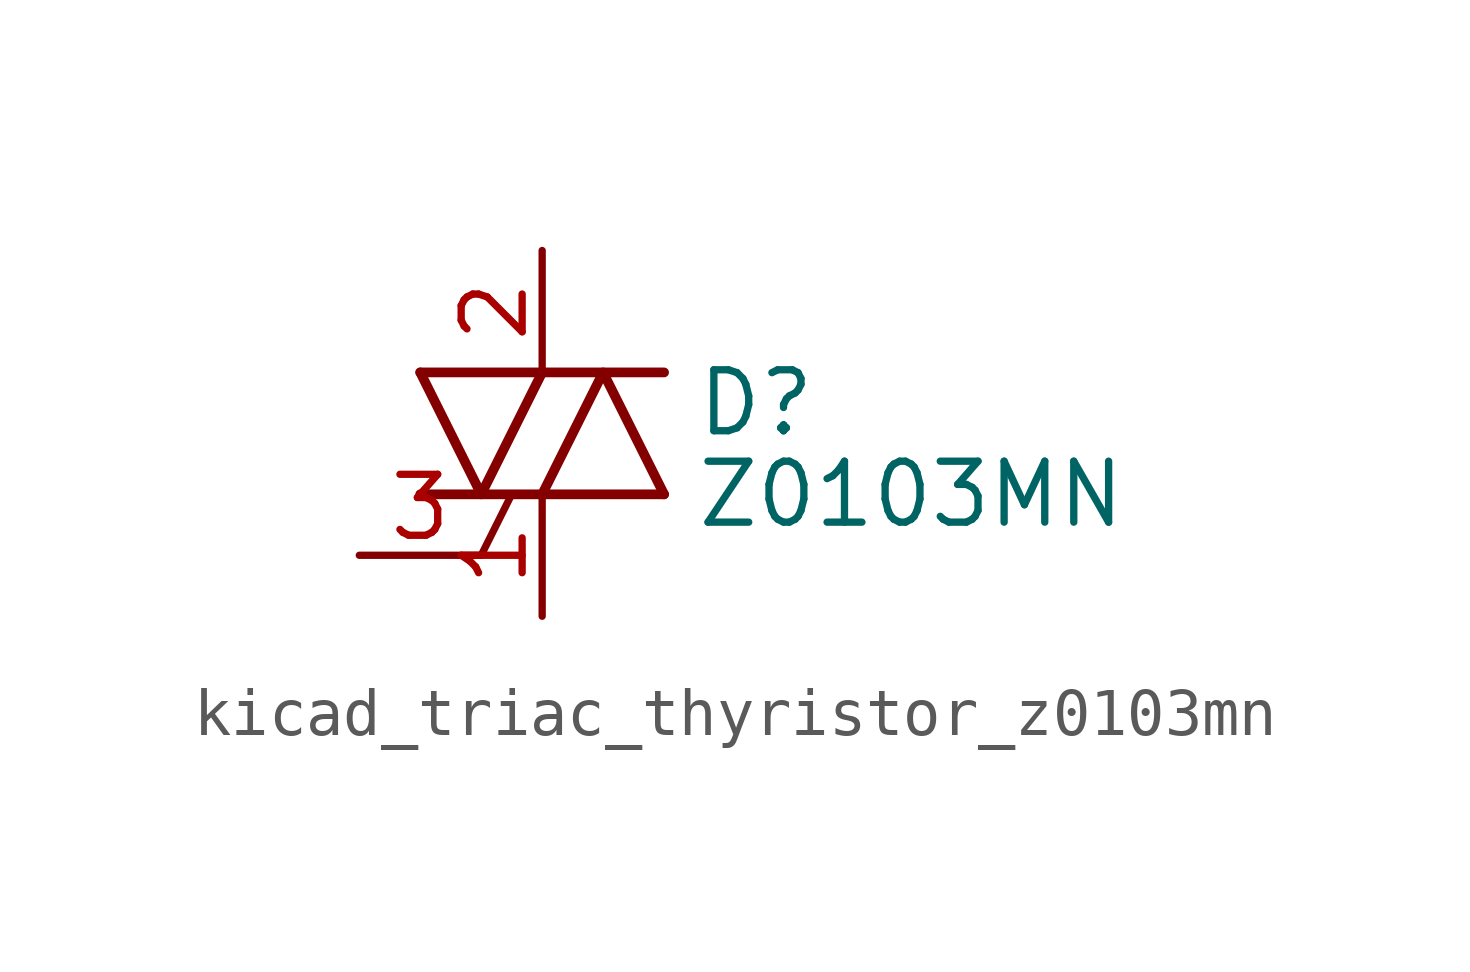
<source format=kicad_sym>
(kicad_symbol_lib
  (version 20220914)
  (generator kicad_symbol_editor)
  (symbol "kicad_triac_thyristor_z0103mn"
    (pin_names
      (offset 0) hide)
    (property "Reference" "D"
      (at 3.175 0.635 0)
      (effects (font (size 1.27 1.27)) (justify left)))
    (property "Value" "Z0103MN"
      (at 3.175 -1.27 0)
      (effects (font (size 1.27 1.27)) (justify left)))
    (symbol "kicad_triac_thyristor_z0103mn_0_1"
      (polyline (pts (xy -2.54 -1.27) (xy 2.54 -1.27)) (stroke (width 0.203) (type default)) (fill (type none)))
      (polyline (pts (xy -2.54 1.27) (xy 2.54 1.27)) (stroke (width 0.203) (type default)) (fill (type none)))
      (polyline (pts (xy -1.27 -2.54) (xy -0.635 -1.27)) (stroke (width 0) (type default)) (fill (type none)))
      (polyline (pts (xy -2.54 1.27) (xy -1.27 -1.27) (xy 0 1.27)) (stroke (width 0.203) (type default)) (fill (type none)))
      (polyline (pts (xy 0 -1.27) (xy 1.27 1.27) (xy 2.54 -1.27)) (stroke (width 0.203) (type default)) (fill (type none))))
    (symbol "kicad_triac_thyristor_z0103mn_1_1"
      (pin passive line (at 0 -3.81 90) (length 2.54) (name "A1" (effects (font (size 1.27 1.27)))) (number "1" (effects (font (size 1.27 1.27)))))
      (pin passive line (at 0 3.81 270) (length 2.54) (name "A2" (effects (font (size 1.27 1.27)))) (number "2" (effects (font (size 1.27 1.27)))))
      (pin input line (at -3.81 -2.54 0) (length 2.54) (name "G" (effects (font (size 1.27 1.27)))) (number "3" (effects (font (size 1.27 1.27)))))
      (pin passive line (at 0 3.81 270) (length 2.54) hide (name "A4" (effects (font (size 1.27 1.27)))) (number "4" (effects (font (size 1.27 1.27))))))))
</source>
